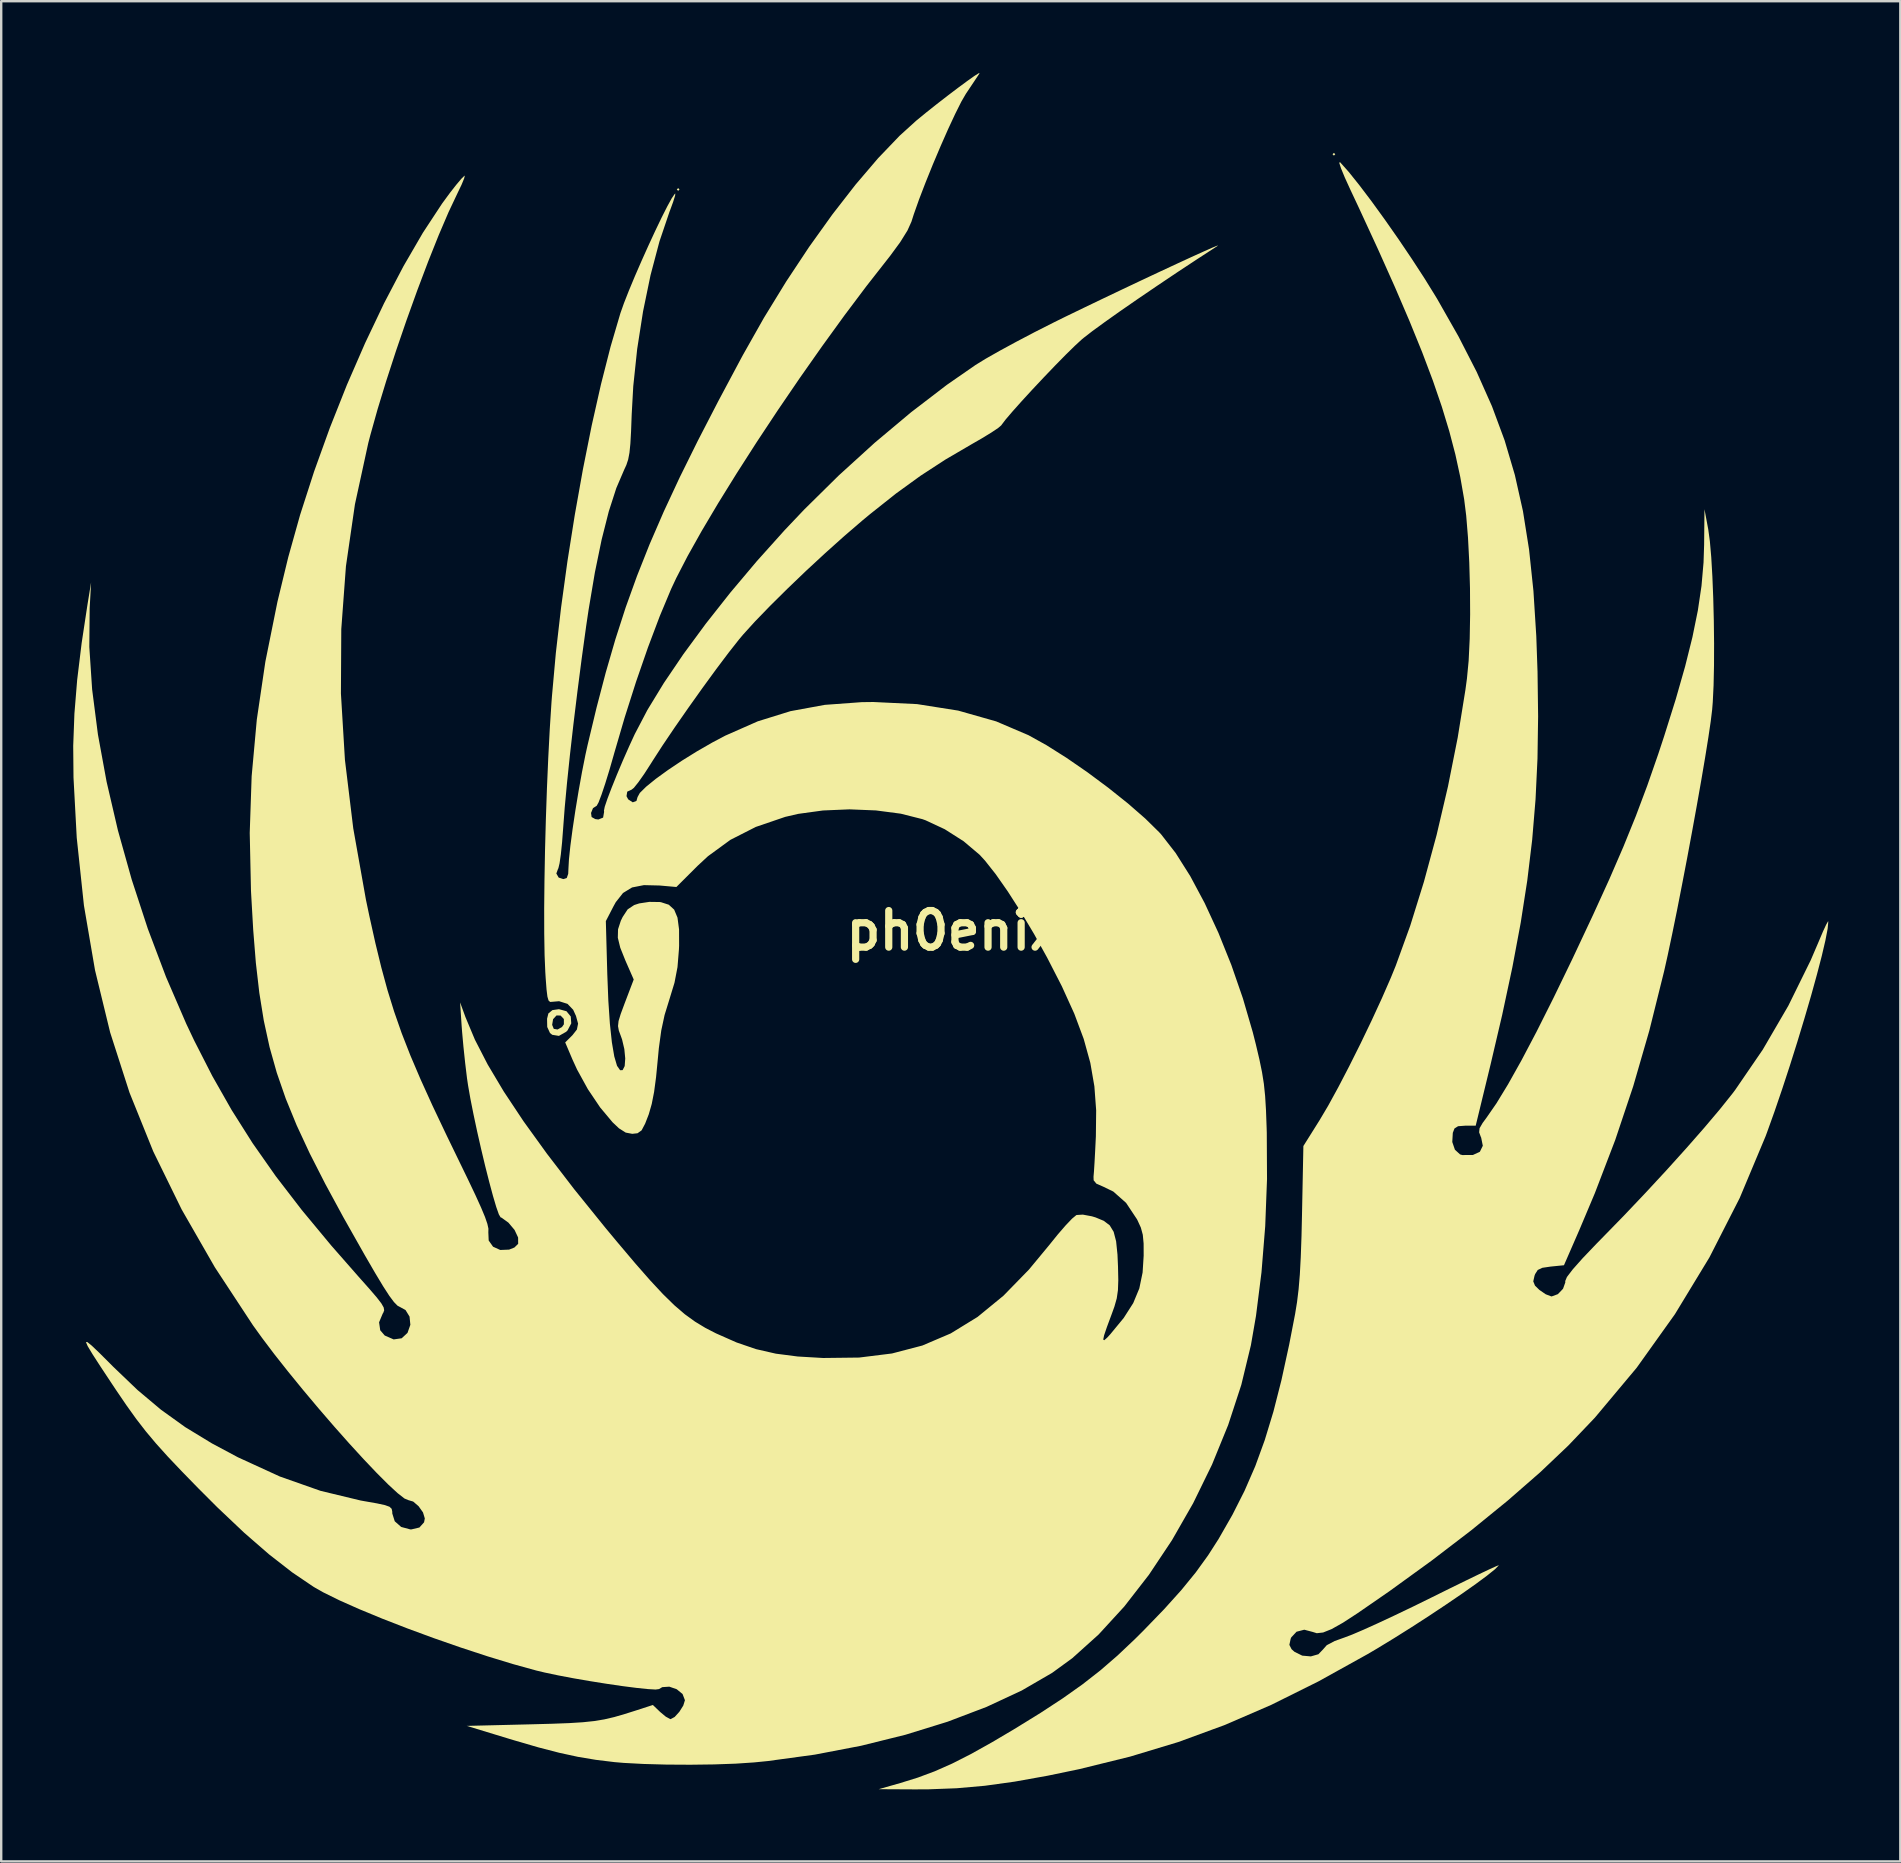
<source format=kicad_pcb>
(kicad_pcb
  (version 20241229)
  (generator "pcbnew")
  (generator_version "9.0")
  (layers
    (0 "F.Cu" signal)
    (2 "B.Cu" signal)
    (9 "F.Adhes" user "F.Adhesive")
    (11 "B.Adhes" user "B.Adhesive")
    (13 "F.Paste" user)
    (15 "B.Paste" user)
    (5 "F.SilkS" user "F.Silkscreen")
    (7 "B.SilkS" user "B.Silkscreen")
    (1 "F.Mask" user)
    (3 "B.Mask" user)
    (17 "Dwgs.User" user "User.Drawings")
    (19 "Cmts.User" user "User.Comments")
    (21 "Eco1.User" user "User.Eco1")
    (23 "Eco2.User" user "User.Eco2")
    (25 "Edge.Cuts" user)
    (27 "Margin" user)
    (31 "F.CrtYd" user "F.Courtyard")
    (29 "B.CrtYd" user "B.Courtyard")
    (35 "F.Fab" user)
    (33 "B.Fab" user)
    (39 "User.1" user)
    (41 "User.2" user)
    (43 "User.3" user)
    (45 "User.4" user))
  (footprint "ph0enix"
    (layer "F.Cu")
    (at 36.661 35.719)
    (property "Reference" "ph0enix" (at 0 0 0) (layer "F.SilkS") (effects (font (size 1.524 1.524) (thickness 0.3))))
    (attr board_only exclude_from_pos_files exclude_from_bom)
    (fp_poly (pts (xy -11.402 -30.875) (xy -11.458 -30.819) (xy -11.515 -30.875) (xy -11.458 -30.932)) (stroke (width 0) (type solid)) (fill yes) (layer "F.SilkS"))
    (fp_poly (pts (xy 15.917 -32.343) (xy 15.861 -32.286) (xy 15.804 -32.343) (xy 15.861 -32.399)) (stroke (width 0) (type solid)) (fill yes) (layer "F.SilkS"))
    (fp_poly (pts (xy -16.111 3.36) (xy -15.933 3.578) (xy -15.912 3.865) (xy -16.066 4.158) (xy -16.124 4.216) (xy -16.426 4.387) (xy -16.704 4.342) (xy -16.798 4.267) (xy -16.913 4.017) (xy -16.915 3.928) (xy -16.708 3.928) (xy -16.64 4.094) (xy -16.482 4.121) (xy -16.299 4.019) (xy -16.219 3.904) (xy -16.22 3.684) (xy -16.357 3.539) (xy -16.527 3.536) (xy -16.669 3.691) (xy -16.708 3.928) (xy -16.915 3.928) (xy -16.92 3.672) (xy -16.865 3.452) (xy -16.697 3.313) (xy -16.425 3.274)) (stroke (width 0) (type solid)) (fill yes) (layer "F.SilkS"))
    (fp_poly (pts (xy 16.124 -32.004) (xy 16.477 -31.608) (xy 16.921 -31.054) (xy 17.432 -30.379) (xy 17.984 -29.617) (xy 18.552 -28.805) (xy 19.111 -27.977) (xy 19.636 -27.17) (xy 20.1 -26.42) (xy 20.17 -26.303) (xy 21.053 -24.749) (xy 21.809 -23.274) (xy 22.446 -21.843) (xy 22.973 -20.422) (xy 23.4 -18.977) (xy 23.737 -17.473) (xy 23.991 -15.876) (xy 24.173 -14.151) (xy 24.292 -12.265) (xy 24.344 -10.781) (xy 24.368 -8.926) (xy 24.342 -7.167) (xy 24.261 -5.466) (xy 24.121 -3.785) (xy 23.916 -2.084) (xy 23.643 -0.327) (xy 23.296 1.526) (xy 22.871 3.513) (xy 22.392 5.56) (xy 21.768 8.128) (xy 21.329 8.128) (xy 21.033 8.15) (xy 20.884 8.244) (xy 20.814 8.426) (xy 20.792 8.808) (xy 20.902 9.13) (xy 21.117 9.325) (xy 21.209 9.351) (xy 21.65 9.349) (xy 21.942 9.214) (xy 22.064 8.964) (xy 21.995 8.623) (xy 21.982 8.597) (xy 21.911 8.406) (xy 21.929 8.235) (xy 22.058 8.012) (xy 22.211 7.805) (xy 22.63 7.2) (xy 23.117 6.401) (xy 23.675 5.405) (xy 24.305 4.208) (xy 25.008 2.807) (xy 25.786 1.201) (xy 26.639 -0.615) (xy 26.662 -0.664) (xy 27.337 -2.145) (xy 27.92 -3.492) (xy 28.438 -4.768) (xy 28.913 -6.033) (xy 29.371 -7.348) (xy 29.619 -8.1) (xy 30.102 -9.638) (xy 30.492 -11.004) (xy 30.797 -12.226) (xy 31.023 -13.336) (xy 31.175 -14.362) (xy 31.26 -15.335) (xy 31.284 -16.071) (xy 31.299 -17.554) (xy 31.457 -16.708) (xy 31.523 -16.223) (xy 31.581 -15.557) (xy 31.628 -14.753) (xy 31.664 -13.856) (xy 31.688 -12.91) (xy 31.699 -11.959) (xy 31.696 -11.047) (xy 31.678 -10.218) (xy 31.644 -9.517) (xy 31.619 -9.207) (xy 31.56 -8.723) (xy 31.461 -8.05) (xy 31.328 -7.223) (xy 31.167 -6.273) (xy 30.984 -5.234) (xy 30.785 -4.139) (xy 30.577 -3.02) (xy 30.364 -1.911) (xy 30.155 -0.844) (xy 29.953 0.146) (xy 29.766 1.029) (xy 29.619 1.687) (xy 29.002 4.164) (xy 28.33 6.486) (xy 27.581 8.722) (xy 26.732 10.939) (xy 26.085 12.474) (xy 25.445 13.942) (xy 24.888 13.998) (xy 24.543 14.049) (xy 24.353 14.139) (xy 24.245 14.308) (xy 24.219 14.377) (xy 24.166 14.614) (xy 24.239 14.793) (xy 24.421 14.97) (xy 24.684 15.151) (xy 24.914 15.239) (xy 24.937 15.24) (xy 25.192 15.146) (xy 25.406 14.922) (xy 25.501 14.657) (xy 25.498 14.601) (xy 25.569 14.431) (xy 25.811 14.114) (xy 26.223 13.65) (xy 26.807 13.038) (xy 27.028 12.813) (xy 27.934 11.884) (xy 28.839 10.93) (xy 29.718 9.981) (xy 30.544 9.065) (xy 31.292 8.212) (xy 31.937 7.449) (xy 32.452 6.805) (xy 32.574 6.644) (xy 33.727 4.96) (xy 34.791 3.133) (xy 35.723 1.239) (xy 36.065 0.441) (xy 36.234 0.042) (xy 36.367 -0.245) (xy 36.445 -0.382) (xy 36.458 -0.379) (xy 36.43 -0.075) (xy 36.336 0.413) (xy 36.185 1.058) (xy 35.984 1.83) (xy 35.743 2.702) (xy 35.468 3.644) (xy 35.17 4.628) (xy 34.856 5.626) (xy 34.534 6.609) (xy 34.213 7.548) (xy 33.902 8.415) (xy 33.841 8.578) (xy 32.766 11.142) (xy 31.504 13.617) (xy 30.068 15.981) (xy 28.474 18.213) (xy 26.734 20.291) (xy 25.629 21.451) (xy 24.453 22.568) (xy 23.095 23.753) (xy 21.579 24.987) (xy 19.929 26.25) (xy 18.172 27.523) (xy 16.853 28.434) (xy 16.237 28.835) (xy 15.766 29.1) (xy 15.412 29.242) (xy 15.147 29.272) (xy 14.974 29.218) (xy 14.626 29.126) (xy 14.304 29.21) (xy 14.082 29.448) (xy 14.059 29.504) (xy 14.005 29.758) (xy 14.097 29.938) (xy 14.218 30.046) (xy 14.541 30.206) (xy 14.9 30.238) (xy 15.215 30.148) (xy 15.405 29.95) (xy 15.563 29.771) (xy 15.892 29.597) (xy 16.307 29.448) (xy 16.621 29.329) (xy 17.1 29.124) (xy 17.708 28.849) (xy 18.411 28.52) (xy 19.173 28.155) (xy 19.944 27.776) (xy 20.675 27.414) (xy 21.332 27.092) (xy 21.891 26.821) (xy 22.328 26.614) (xy 22.617 26.483) (xy 22.733 26.439) (xy 22.734 26.441) (xy 22.571 26.607) (xy 22.242 26.872) (xy 21.777 27.217) (xy 21.202 27.623) (xy 20.546 28.07) (xy 19.837 28.542) (xy 19.101 29.018) (xy 18.368 29.479) (xy 17.664 29.908) (xy 17.272 30.139) (xy 15.218 31.279) (xy 13.251 32.257) (xy 11.32 33.093) (xy 9.376 33.806) (xy 7.37 34.413) (xy 5.252 34.935) (xy 3.938 35.208) (xy 2.562 35.455) (xy 1.322 35.627) (xy 0.143 35.731) (xy -1.047 35.776) (xy -1.621 35.778) (xy -3.104 35.77) (xy -2.201 35.513) (xy -1.471 35.286) (xy -0.766 35.023) (xy -0.046 34.704) (xy 0.733 34.309) (xy 1.613 33.817) (xy 2.53 33.275) (xy 3.631 32.596) (xy 4.57 31.981) (xy 5.391 31.399) (xy 6.135 30.817) (xy 6.846 30.202) (xy 7.565 29.522) (xy 7.927 29.162) (xy 8.788 28.271) (xy 9.502 27.478) (xy 10.102 26.743) (xy 10.621 26.025) (xy 11.057 25.344) (xy 11.633 24.338) (xy 12.138 23.339) (xy 12.584 22.313) (xy 12.98 21.225) (xy 13.34 20.042) (xy 13.675 18.728) (xy 13.997 17.25) (xy 14.244 15.974) (xy 14.325 15.475) (xy 14.39 14.94) (xy 14.441 14.329) (xy 14.48 13.603) (xy 14.511 12.722) (xy 14.531 11.853) (xy 14.589 8.975) (xy 15.262 7.902) (xy 15.622 7.295) (xy 16.043 6.526) (xy 16.501 5.646) (xy 16.973 4.702) (xy 17.434 3.742) (xy 17.861 2.815) (xy 18.23 1.97) (xy 18.435 1.468) (xy 19.038 -0.196) (xy 19.61 -2.031) (xy 20.14 -3.986) (xy 20.613 -6.006) (xy 21.018 -8.04) (xy 21.34 -10.033) (xy 21.403 -10.499) (xy 21.474 -11.242) (xy 21.518 -12.154) (xy 21.536 -13.179) (xy 21.53 -14.26) (xy 21.5 -15.343) (xy 21.447 -16.371) (xy 21.372 -17.288) (xy 21.287 -17.97) (xy 21.125 -18.897) (xy 20.921 -19.835) (xy 20.667 -20.804) (xy 20.357 -21.824) (xy 19.983 -22.914) (xy 19.538 -24.094) (xy 19.014 -25.383) (xy 18.405 -26.803) (xy 17.704 -28.371) (xy 16.902 -30.109) (xy 16.542 -30.875) (xy 16.314 -31.375) (xy 16.16 -31.748) (xy 16.087 -31.971) (xy 16.105 -32.021)) (stroke (width 0) (type solid)) (fill yes) (layer "F.SilkS"))
    (fp_poly (pts (xy 1.1 -35.718) (xy 1.01 -35.582) (xy 0.829 -35.31) (xy 0.593 -34.957) (xy 0.532 -34.867) (xy 0.336 -34.529) (xy 0.082 -34.021) (xy -0.213 -33.388) (xy -0.529 -32.671) (xy -0.849 -31.915) (xy -1.153 -31.162) (xy -1.424 -30.456) (xy -1.642 -29.84) (xy -1.74 -29.533) (xy -1.906 -29.165) (xy -2.21 -28.677) (xy -2.626 -28.11) (xy -2.735 -27.971) (xy -3.614 -26.849) (xy -4.527 -25.634) (xy -5.457 -24.35) (xy -6.389 -23.024) (xy -7.305 -21.681) (xy -8.189 -20.346) (xy -9.023 -19.045) (xy -9.792 -17.804) (xy -10.479 -16.647) (xy -11.066 -15.6) (xy -11.537 -14.688) (xy -11.75 -14.235) (xy -12.224 -13.102) (xy -12.716 -11.798) (xy -13.21 -10.373) (xy -13.686 -8.88) (xy -14.128 -7.369) (xy -14.128 -7.367) (xy -14.318 -6.705) (xy -14.497 -6.124) (xy -14.653 -5.658) (xy -14.775 -5.338) (xy -14.853 -5.198) (xy -14.861 -5.194) (xy -15.007 -5.1) (xy -15.088 -4.9) (xy -15.064 -4.731) (xy -14.911 -4.645) (xy -14.782 -4.628) (xy -14.585 -4.707) (xy -14.543 -4.948) (xy -14.55 -4.997) (xy -14.517 -5.161) (xy -14.405 -5.491) (xy -14.231 -5.949) (xy -14.011 -6.494) (xy -13.76 -7.089) (xy -13.493 -7.693) (xy -13.267 -8.184) (xy -12.74 -9.19) (xy -12.057 -10.31) (xy -11.239 -11.518) (xy -10.306 -12.786) (xy -9.279 -14.087) (xy -8.177 -15.395) (xy -7.022 -16.682) (xy -6.21 -17.538) (xy -4.771 -18.958) (xy -3.27 -20.323) (xy -1.753 -21.595) (xy -0.262 -22.737) (xy 0.931 -23.564) (xy 1.349 -23.821) (xy 1.928 -24.15) (xy 2.622 -24.527) (xy 3.387 -24.929) (xy 4.18 -25.331) (xy 4.656 -25.566) (xy 5.439 -25.945) (xy 6.249 -26.334) (xy 7.064 -26.722) (xy 7.862 -27.1) (xy 8.618 -27.455) (xy 9.312 -27.778) (xy 9.919 -28.058) (xy 10.418 -28.284) (xy 10.785 -28.447) (xy 10.997 -28.534) (xy 11.033 -28.536) (xy 11.02 -28.528) (xy 10.184 -27.985) (xy 9.33 -27.422) (xy 8.487 -26.856) (xy 7.683 -26.309) (xy 6.946 -25.799) (xy 6.307 -25.346) (xy 5.792 -24.97) (xy 5.432 -24.691) (xy 5.362 -24.633) (xy 5.075 -24.369) (xy 4.693 -23.995) (xy 4.249 -23.543) (xy 3.774 -23.047) (xy 3.298 -22.54) (xy 2.853 -22.055) (xy 2.47 -21.626) (xy 2.18 -21.286) (xy 2.015 -21.068) (xy 2.004 -21.051) (xy 1.876 -20.941) (xy 1.593 -20.751) (xy 1.197 -20.509) (xy 0.771 -20.264) (xy -0.333 -19.618) (xy -1.36 -18.949) (xy -2.379 -18.211) (xy -3.455 -17.357) (xy -3.78 -17.088) (xy -4.534 -16.44) (xy -5.329 -15.728) (xy -6.133 -14.984) (xy -6.91 -14.239) (xy -7.628 -13.528) (xy -8.254 -12.881) (xy -8.753 -12.331) (xy -8.917 -12.136) (xy -9.355 -11.58) (xy -9.879 -10.884) (xy -10.452 -10.098) (xy -11.039 -9.273) (xy -11.605 -8.459) (xy -12.113 -7.706) (xy -12.528 -7.064) (xy -12.587 -6.969) (xy -12.867 -6.534) (xy -13.116 -6.18) (xy -13.304 -5.946) (xy -13.399 -5.871) (xy -13.58 -5.788) (xy -13.61 -5.6) (xy -13.539 -5.466) (xy -13.35 -5.343) (xy -13.196 -5.402) (xy -13.15 -5.562) (xy -13.055 -5.735) (xy -12.792 -5.995) (xy -12.392 -6.32) (xy -11.884 -6.688) (xy -11.301 -7.079) (xy -10.671 -7.47) (xy -10.026 -7.841) (xy -9.496 -8.121) (xy -8.142 -8.718) (xy -6.777 -9.142) (xy -5.35 -9.404) (xy -3.809 -9.517) (xy -3.33 -9.523) (xy -1.502 -9.435) (xy 0.208 -9.165) (xy 1.791 -8.715) (xy 3.135 -8.141) (xy 3.883 -7.726) (xy 4.718 -7.199) (xy 5.594 -6.595) (xy 6.464 -5.948) (xy 7.282 -5.295) (xy 8.001 -4.668) (xy 8.575 -4.104) (xy 8.667 -4.004) (xy 9.268 -3.231) (xy 9.877 -2.267) (xy 10.476 -1.146) (xy 11.051 0.098) (xy 11.588 1.433) (xy 12.069 2.823) (xy 12.481 4.236) (xy 12.609 4.741) (xy 12.758 5.374) (xy 12.866 5.901) (xy 12.943 6.385) (xy 12.995 6.89) (xy 13.031 7.478) (xy 13.058 8.213) (xy 13.064 8.427) (xy 13.074 10.356) (xy 12.999 12.313) (xy 12.844 14.232) (xy 12.615 16.049) (xy 12.403 17.272) (xy 12.002 18.928) (xy 11.456 20.596) (xy 10.782 22.248) (xy 9.996 23.857) (xy 9.114 25.397) (xy 8.153 26.839) (xy 7.129 28.158) (xy 6.059 29.325) (xy 4.959 30.314) (xy 4.12 30.925) (xy 2.85 31.662) (xy 1.389 32.342) (xy -0.233 32.959) (xy -1.985 33.501) (xy -3.838 33.961) (xy -5.762 34.33) (xy -7.726 34.598) (xy -8.297 34.655) (xy -9.057 34.706) (xy -9.963 34.738) (xy -10.95 34.751) (xy -11.951 34.745) (xy -12.898 34.719) (xy -13.725 34.675) (xy -14.111 34.642) (xy -14.882 34.548) (xy -15.631 34.423) (xy -16.414 34.253) (xy -17.285 34.027) (xy -18.301 33.731) (xy -18.514 33.667) (xy -20.264 33.133) (xy -17.611 33.068) (xy -16.715 33.044) (xy -16.001 33.017) (xy -15.428 32.981) (xy -14.952 32.931) (xy -14.531 32.861) (xy -14.121 32.765) (xy -13.68 32.637) (xy -13.227 32.494) (xy -12.512 32.262) (xy -12.205 32.556) (xy -11.973 32.749) (xy -11.793 32.847) (xy -11.771 32.851) (xy -11.604 32.761) (xy -11.408 32.545) (xy -11.245 32.286) (xy -11.176 32.064) (xy -11.176 32.063) (xy -11.275 31.805) (xy -11.518 31.606) (xy -11.827 31.499) (xy -12.122 31.519) (xy -12.254 31.599) (xy -12.399 31.618) (xy -12.728 31.599) (xy -13.203 31.549) (xy -13.788 31.474) (xy -14.443 31.378) (xy -15.132 31.268) (xy -15.817 31.15) (xy -16.46 31.028) (xy -17.024 30.909) (xy -17.367 30.827) (xy -18.346 30.556) (xy -19.408 30.232) (xy -20.517 29.868) (xy -21.64 29.477) (xy -22.742 29.071) (xy -23.789 28.664) (xy -24.747 28.268) (xy -25.581 27.897) (xy -26.257 27.563) (xy -26.636 27.348) (xy -27.542 26.734) (xy -28.502 25.987) (xy -29.533 25.091) (xy -30.655 24.029) (xy -31.446 23.238) (xy -32.152 22.513) (xy -32.73 21.903) (xy -33.213 21.366) (xy -33.636 20.862) (xy -34.033 20.349) (xy -34.437 19.785) (xy -34.883 19.13) (xy -35.068 18.852) (xy -35.526 18.16) (xy -35.856 17.649) (xy -36.058 17.313) (xy -36.131 17.146) (xy -36.074 17.141) (xy -35.887 17.293) (xy -35.569 17.596) (xy -35.12 18.044) (xy -34.988 18.177) (xy -33.98 19.141) (xy -33.003 19.962) (xy -31.992 20.688) (xy -30.88 21.365) (xy -29.8 21.942) (xy -28.051 22.744) (xy -26.356 23.341) (xy -24.691 23.742) (xy -24.525 23.772) (xy -24.008 23.863) (xy -23.674 23.935) (xy -23.483 24.004) (xy -23.394 24.089) (xy -23.369 24.207) (xy -23.368 24.284) (xy -23.266 24.608) (xy -22.998 24.845) (xy -22.62 24.947) (xy -22.575 24.948) (xy -22.238 24.868) (xy -22.044 24.652) (xy -22.013 24.49) (xy -22.089 24.239) (xy -22.273 23.98) (xy -22.498 23.787) (xy -22.692 23.73) (xy -22.859 23.661) (xy -23.148 23.435) (xy -23.541 23.072) (xy -24.02 22.592) (xy -24.567 22.016) (xy -25.165 21.363) (xy -25.794 20.654) (xy -26.437 19.909) (xy -27.077 19.147) (xy -27.695 18.39) (xy -28.274 17.658) (xy -28.794 16.969) (xy -29.173 16.443) (xy -30.761 14.026) (xy -32.142 11.62) (xy -33.325 9.204) (xy -34.315 6.752) (xy -35.122 4.243) (xy -35.752 1.652) (xy -36.214 -1.044) (xy -36.514 -3.868) (xy -36.649 -6.378) (xy -36.661 -7.695) (xy -36.611 -9.034) (xy -36.496 -10.445) (xy -36.31 -11.975) (xy -36.072 -13.547) (xy -35.916 -14.506) (xy -35.975 -13.434) (xy -35.99 -11.816) (xy -35.873 -10.051) (xy -35.631 -8.169) (xy -35.27 -6.201) (xy -34.799 -4.177) (xy -34.224 -2.126) (xy -33.554 -0.08) (xy -32.794 1.932) (xy -31.953 3.879) (xy -31.625 4.572) (xy -30.866 6.059) (xy -30.061 7.475) (xy -29.188 8.855) (xy -28.222 10.232) (xy -27.138 11.641) (xy -25.914 13.117) (xy -24.767 14.425) (xy -24.326 14.921) (xy -24.018 15.279) (xy -23.825 15.529) (xy -23.727 15.7) (xy -23.706 15.82) (xy -23.742 15.919) (xy -23.768 15.959) (xy -23.918 16.319) (xy -23.871 16.651) (xy -23.682 16.87) (xy -23.31 17.032) (xy -22.977 16.985) (xy -22.734 16.76) (xy -22.615 16.423) (xy -22.649 16.081) (xy -22.816 15.809) (xy -23.03 15.691) (xy -23.149 15.628) (xy -23.298 15.476) (xy -23.494 15.213) (xy -23.75 14.817) (xy -24.081 14.267) (xy -24.503 13.54) (xy -24.534 13.486) (xy -25.408 11.94) (xy -26.162 10.549) (xy -26.807 9.283) (xy -27.352 8.111) (xy -27.806 7.002) (xy -28.179 5.926) (xy -28.481 4.853) (xy -28.721 3.751) (xy -28.908 2.591) (xy -29.052 1.342) (xy -29.162 -0.028) (xy -29.249 -1.547) (xy -29.255 -1.664) (xy -29.307 -4.07) (xy -29.227 -6.432) (xy -29.012 -8.794) (xy -28.656 -11.201) (xy -28.153 -13.696) (xy -27.703 -15.554) (xy -27.208 -17.32) (xy -26.625 -19.127) (xy -25.97 -20.944) (xy -25.257 -22.739) (xy -24.498 -24.481) (xy -23.709 -26.138) (xy -22.902 -27.679) (xy -22.093 -29.072) (xy -21.295 -30.286) (xy -20.968 -30.732) (xy -20.702 -31.072) (xy -20.49 -31.322) (xy -20.366 -31.444) (xy -20.348 -31.449) (xy -20.374 -31.335) (xy -20.481 -31.076) (xy -20.648 -30.727) (xy -20.657 -30.708) (xy -21.026 -29.927) (xy -21.436 -28.968) (xy -21.874 -27.871) (xy -22.326 -26.675) (xy -22.777 -25.422) (xy -23.213 -24.151) (xy -23.619 -22.903) (xy -23.981 -21.718) (xy -24.284 -20.636) (xy -24.368 -20.314) (xy -24.924 -17.759) (xy -25.299 -15.179) (xy -25.493 -12.557) (xy -25.508 -9.875) (xy -25.341 -7.114) (xy -24.994 -4.258) (xy -24.466 -1.288) (xy -24.324 -0.611) (xy -24.073 0.518) (xy -23.825 1.536) (xy -23.569 2.477) (xy -23.29 3.378) (xy -22.977 4.274) (xy -22.615 5.2) (xy -22.192 6.192) (xy -21.696 7.286) (xy -21.112 8.517) (xy -20.646 9.478) (xy -20.23 10.335) (xy -19.907 11.014) (xy -19.669 11.539) (xy -19.505 11.932) (xy -19.407 12.217) (xy -19.363 12.417) (xy -19.366 12.554) (xy -19.367 12.562) (xy -19.352 12.912) (xy -19.17 13.17) (xy -18.87 13.306) (xy -18.501 13.291) (xy -18.28 13.203) (xy -18.124 13.05) (xy -18.126 12.795) (xy -18.129 12.78) (xy -18.274 12.471) (xy -18.53 12.167) (xy -18.811 11.964) (xy -18.856 11.946) (xy -18.928 11.824) (xy -19.037 11.515) (xy -19.173 11.054) (xy -19.329 10.474) (xy -19.497 9.811) (xy -19.667 9.098) (xy -19.832 8.371) (xy -19.983 7.663) (xy -20.113 7.01) (xy -20.212 6.444) (xy -20.255 6.152) (xy -20.332 5.515) (xy -20.404 4.834) (xy -20.46 4.215) (xy -20.48 3.951) (xy -20.543 2.992) (xy -20.319 3.606) (xy -19.926 4.545) (xy -19.396 5.575) (xy -18.723 6.705) (xy -17.901 7.943) (xy -16.924 9.297) (xy -15.788 10.776) (xy -14.485 12.388) (xy -13.991 12.982) (xy -13.255 13.853) (xy -12.63 14.566) (xy -12.092 15.144) (xy -11.617 15.609) (xy -11.18 15.984) (xy -10.756 16.291) (xy -10.322 16.554) (xy -9.882 16.78) (xy -9.023 17.16) (xy -8.214 17.437) (xy -7.388 17.626) (xy -6.476 17.744) (xy -5.419 17.806) (xy -3.92 17.788) (xy -2.55 17.618) (xy -1.285 17.287) (xy -0.104 16.783) (xy 1.014 16.096) (xy 2.092 15.213) (xy 3.152 14.126) (xy 3.991 13.113) (xy 4.352 12.666) (xy 4.683 12.283) (xy 4.952 12.001) (xy 5.125 11.857) (xy 5.142 11.849) (xy 5.401 11.833) (xy 5.78 11.904) (xy 5.932 11.95) (xy 6.274 12.092) (xy 6.52 12.279) (xy 6.685 12.55) (xy 6.787 12.944) (xy 6.844 13.497) (xy 6.866 13.998) (xy 6.878 14.566) (xy 6.863 14.983) (xy 6.813 15.325) (xy 6.716 15.667) (xy 6.605 15.974) (xy 6.405 16.513) (xy 6.287 16.861) (xy 6.25 17.039) (xy 6.293 17.066) (xy 6.413 16.96) (xy 6.542 16.82) (xy 7.104 16.138) (xy 7.5 15.519) (xy 7.754 14.907) (xy 7.891 14.243) (xy 7.935 13.547) (xy 7.933 13.037) (xy 7.899 12.673) (xy 7.818 12.374) (xy 7.674 12.06) (xy 7.654 12.023) (xy 7.203 11.344) (xy 6.67 10.872) (xy 6.25 10.668) (xy 5.965 10.543) (xy 5.851 10.403) (xy 5.846 10.253) (xy 5.864 10.043) (xy 5.888 9.66) (xy 5.915 9.158) (xy 5.943 8.59) (xy 5.944 8.551) (xy 5.956 7.49) (xy 5.882 6.489) (xy 5.713 5.511) (xy 5.438 4.516) (xy 5.046 3.465) (xy 4.526 2.319) (xy 3.917 1.132) (xy 3.368 0.141) (xy 2.813 -0.791) (xy 2.272 -1.634) (xy 1.769 -2.353) (xy 1.323 -2.917) (xy 1.098 -3.161) (xy 0.434 -3.722) (xy -0.351 -4.222) (xy -1.153 -4.596) (xy -1.285 -4.643) (xy -2.182 -4.87) (xy -3.218 -5.006) (xy -4.322 -5.051) (xy -5.426 -5.004) (xy -6.46 -4.862) (xy -6.999 -4.737) (xy -8.223 -4.319) (xy -9.283 -3.78) (xy -10.217 -3.098) (xy -10.648 -2.698) (xy -11.532 -1.816) (xy -12.229 -1.878) (xy -12.885 -1.894) (xy -13.379 -1.797) (xy -13.755 -1.567) (xy -14.057 -1.184) (xy -14.15 -1.016) (xy -14.471 -0.395) (xy -14.411 1.806) (xy -14.367 2.925) (xy -14.303 3.878) (xy -14.22 4.654) (xy -14.12 5.242) (xy -14.005 5.634) (xy -13.876 5.818) (xy -13.772 5.813) (xy -13.686 5.644) (xy -13.663 5.328) (xy -13.701 4.935) (xy -13.795 4.535) (xy -13.845 4.396) (xy -13.93 4.167) (xy -13.964 3.978) (xy -13.941 3.767) (xy -13.852 3.474) (xy -13.69 3.037) (xy -13.67 2.985) (xy -13.31 2.038) (xy -13.654 1.254) (xy -13.871 0.712) (xy -13.972 0.298) (xy -13.963 -0.054) (xy -13.848 -0.408) (xy -13.772 -0.565) (xy -13.562 -0.884) (xy -13.291 -1.064) (xy -13.082 -1.132) (xy -12.66 -1.196) (xy -12.227 -1.19) (xy -12.169 -1.181) (xy -11.849 -1.078) (xy -11.625 -0.873) (xy -11.486 -0.54) (xy -11.421 -0.049) (xy -11.419 0.628) (xy -11.426 0.787) (xy -11.486 1.522) (xy -11.611 2.172) (xy -11.826 2.875) (xy -11.827 2.879) (xy -12.023 3.514) (xy -12.162 4.159) (xy -12.263 4.9) (xy -12.301 5.302) (xy -12.378 6.099) (xy -12.461 6.723) (xy -12.559 7.223) (xy -12.682 7.651) (xy -12.834 8.043) (xy -12.982 8.323) (xy -13.151 8.443) (xy -13.371 8.467) (xy -13.643 8.416) (xy -13.923 8.239) (xy -14.19 7.987) (xy -14.708 7.368) (xy -15.219 6.609) (xy -15.668 5.793) (xy -15.856 5.384) (xy -16.164 4.659) (xy -15.864 4.36) (xy -15.677 4.122) (xy -15.628 3.876) (xy -15.715 3.557) (xy -15.832 3.299) (xy -16.068 3.053) (xy -16.419 2.942) (xy -16.699 2.966) (xy -16.792 2.973) (xy -16.858 2.914) (xy -16.905 2.752) (xy -16.942 2.451) (xy -16.978 1.975) (xy -16.993 1.735) (xy -17.023 1.025) (xy -17.038 0.127) (xy -17.04 -0.924) (xy -17.028 -2.092) (xy -17.005 -3.339) (xy -16.97 -4.63) (xy -16.925 -5.928) (xy -16.87 -7.198) (xy -16.807 -8.401) (xy -16.736 -9.503) (xy -16.716 -9.765) (xy -16.554 -11.567) (xy -16.337 -13.451) (xy -16.072 -15.379) (xy -15.766 -17.312) (xy -15.427 -19.211) (xy -15.061 -21.039) (xy -14.674 -22.757) (xy -14.274 -24.327) (xy -13.868 -25.709) (xy -13.863 -25.725) (xy -13.717 -26.138) (xy -13.512 -26.659) (xy -13.264 -27.255) (xy -12.987 -27.892) (xy -12.698 -28.536) (xy -12.412 -29.154) (xy -12.144 -29.712) (xy -11.909 -30.176) (xy -11.724 -30.512) (xy -11.603 -30.688) (xy -11.576 -30.706) (xy -11.588 -30.61) (xy -11.668 -30.356) (xy -11.799 -29.997) (xy -11.82 -29.944) (xy -12.238 -28.708) (xy -12.609 -27.306) (xy -12.921 -25.795) (xy -13.165 -24.233) (xy -13.329 -22.677) (xy -13.394 -21.505) (xy -13.42 -20.804) (xy -13.449 -20.286) (xy -13.487 -19.907) (xy -13.541 -19.624) (xy -13.617 -19.395) (xy -13.711 -19.191) (xy -14.035 -18.435) (xy -14.348 -17.465) (xy -14.646 -16.289) (xy -14.928 -14.919) (xy -15.19 -13.364) (xy -15.289 -12.7) (xy -15.477 -11.336) (xy -15.655 -9.96) (xy -15.82 -8.611) (xy -15.966 -7.329) (xy -16.089 -6.152) (xy -16.185 -5.12) (xy -16.249 -4.271) (xy -16.25 -4.259) (xy -16.294 -3.68) (xy -16.345 -3.18) (xy -16.399 -2.803) (xy -16.449 -2.594) (xy -16.463 -2.57) (xy -16.534 -2.379) (xy -16.436 -2.208) (xy -16.244 -2.145) (xy -16.1 -2.19) (xy -16.039 -2.364) (xy -16.03 -2.571) (xy -16.008 -2.967) (xy -15.948 -3.537) (xy -15.856 -4.233) (xy -15.74 -5.007) (xy -15.607 -5.812) (xy -15.465 -6.601) (xy -15.321 -7.326) (xy -15.231 -7.733) (xy -14.856 -9.298) (xy -14.474 -10.755) (xy -14.074 -12.133) (xy -13.645 -13.463) (xy -13.173 -14.773) (xy -12.649 -16.093) (xy -12.06 -17.452) (xy -11.394 -18.881) (xy -10.639 -20.407) (xy -9.784 -22.062) (xy -8.818 -23.873) (xy -8.755 -23.989) (xy -7.883 -25.532) (xy -6.959 -27.038) (xy -6.003 -28.481) (xy -5.033 -29.836) (xy -4.068 -31.077) (xy -3.128 -32.179) (xy -2.231 -33.115) (xy -1.535 -33.746) (xy -1.127 -34.08) (xy -0.68 -34.435) (xy -0.223 -34.789) (xy 0.211 -35.118) (xy 0.591 -35.398) (xy 0.886 -35.607) (xy 1.065 -35.719)) (stroke (width 0) (type solid)) (fill yes) (layer "F.SilkS")))
  (gr_rect
    (start -3 -3)
    (end 76.119 74.497)
    (stroke (width 0.1) (type default))
    (fill no)
    (layer "Edge.Cuts")))
</source>
